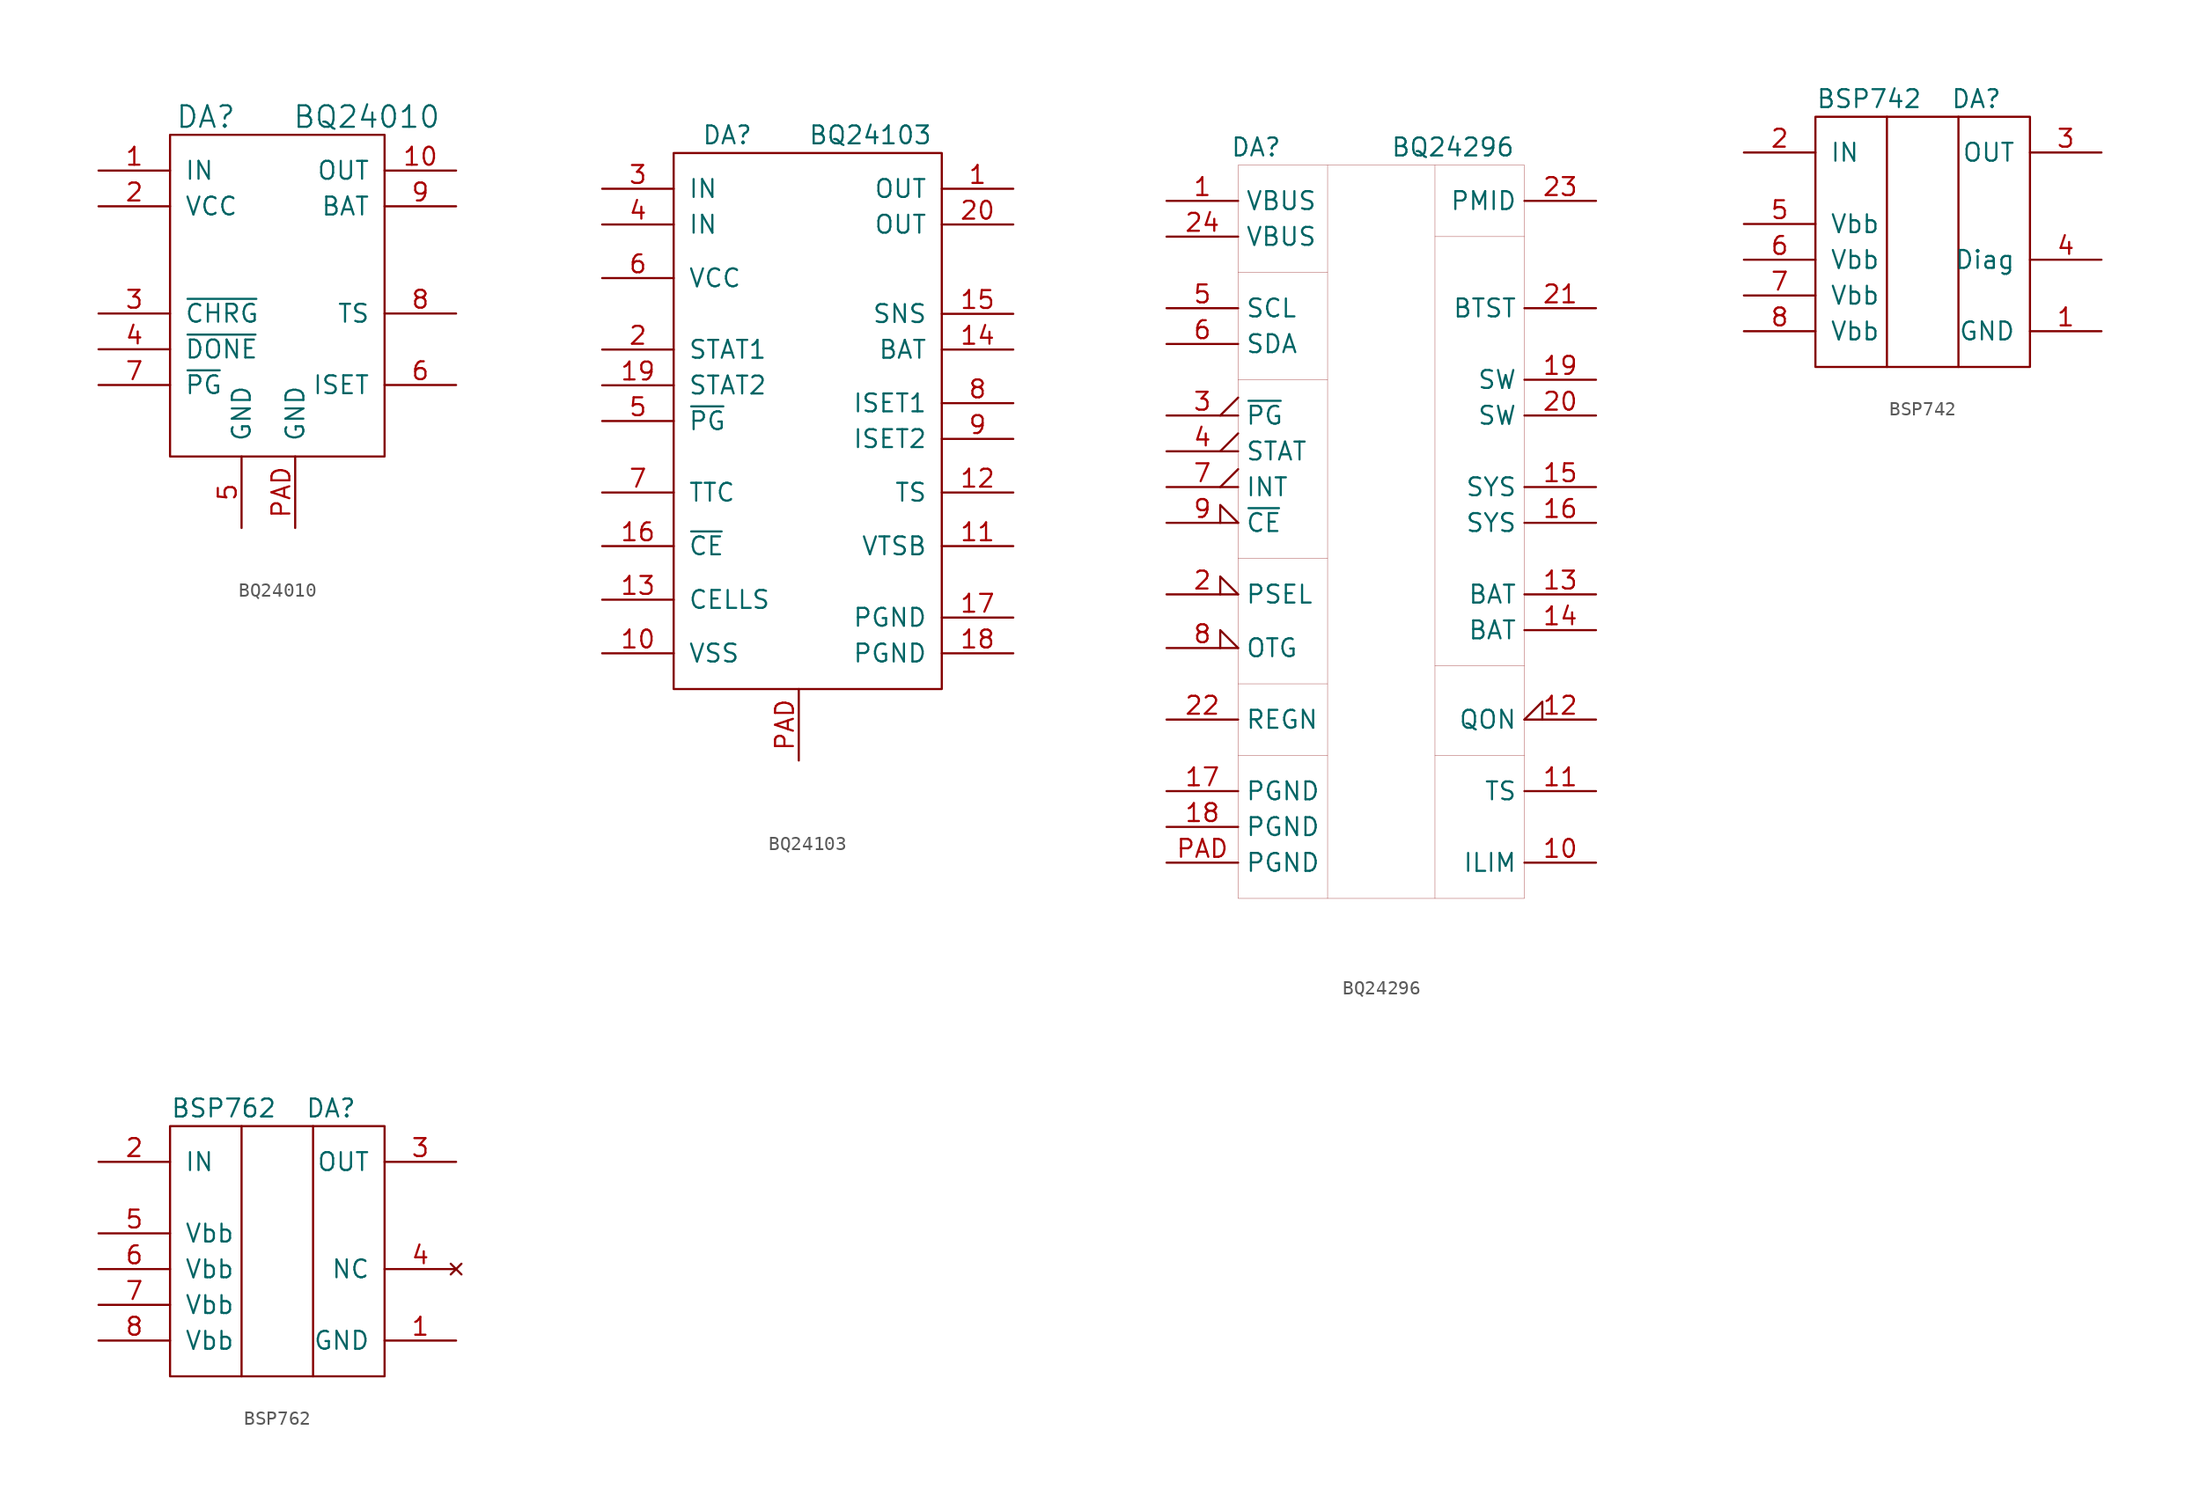
<source format=kicad_sym>
(kicad_symbol_lib
  (version 20231120)
  (generator "kicad_symbol_editor")
  (generator_version "8.0")
  (symbol "BQ24010"
    (pin_names
      (offset 1.016))
    (property "Reference" "DA"
      (at -5.08 11.43 0)
      (effects (font (size 1.524 1.524))))
    (property "Value" "BQ24010"
      (at 6.35 11.43 0)
      (effects (font (size 1.524 1.524))))
    (property "Footprint" ""
      (at 0 0 0)
      (effects (font (size 1.524 1.524))))
    (property "Datasheet" ""
      (at 0 0 0)
      (effects (font (size 1.524 1.524))))
    (symbol "BQ24010_0_1"
      (rectangle (start -7.62 10.16) (end 7.62 -12.7) (stroke (width 0) (type default)) (fill (type none))))
    (symbol "BQ24010_1_1"
      (pin power_in line (at -12.7 7.62 0) (length 5.08) (name "IN" (effects (font (size 1.27 1.27)))) (number "1" (effects (font (size 1.27 1.27)))))
      (pin passive line (at 12.7 7.62 180) (length 5.08) (name "OUT" (effects (font (size 1.27 1.27)))) (number "10" (effects (font (size 1.27 1.27)))))
      (pin power_in line (at -12.7 5.08 0) (length 5.08) (name "VCC" (effects (font (size 1.27 1.27)))) (number "2" (effects (font (size 1.27 1.27)))))
      (pin passive line (at -12.7 -2.54 0) (length 5.08) (name "~{CHRG}" (effects (font (size 1.27 1.27)))) (number "3" (effects (font (size 1.27 1.27)))))
      (pin passive line (at -12.7 -5.08 0) (length 5.08) (name "~{DONE}" (effects (font (size 1.27 1.27)))) (number "4" (effects (font (size 1.27 1.27)))))
      (pin power_in line (at -2.54 -17.78 90) (length 5.08) (name "GND" (effects (font (size 1.27 1.27)))) (number "5" (effects (font (size 1.27 1.27)))))
      (pin passive line (at 12.7 -7.62 180) (length 5.08) (name "ISET" (effects (font (size 1.27 1.27)))) (number "6" (effects (font (size 1.27 1.27)))))
      (pin passive line (at -12.7 -7.62 0) (length 5.08) (name "~{PG}" (effects (font (size 1.27 1.27)))) (number "7" (effects (font (size 1.27 1.27)))))
      (pin passive line (at 12.7 -2.54 180) (length 5.08) (name "TS" (effects (font (size 1.27 1.27)))) (number "8" (effects (font (size 1.27 1.27)))))
      (pin passive line (at 12.7 5.08 180) (length 5.08) (name "BAT" (effects (font (size 1.27 1.27)))) (number "9" (effects (font (size 1.27 1.27)))))
      (pin passive line (at 1.27 -17.78 90) (length 5.08) (name "GND" (effects (font (size 1.27 1.27)))) (number "PAD" (effects (font (size 1.27 1.27)))))))
  (symbol "BQ24103"
    (pin_names
      (offset 1.016))
    (property "Reference" "DA"
      (at -5.08 20.32 0)
      (effects (font (size 1.27 1.27))))
    (property "Value" "BQ24103"
      (at 5.08 20.32 0)
      (effects (font (size 1.27 1.27))))
    (symbol "BQ24103_0_1"
      (rectangle (start -8.89 19.05) (end 10.16 -19.05) (stroke (width 0) (type default)) (fill (type none))))
    (symbol "BQ24103_1_1"
      (pin passive line (at 15.24 16.51 180) (length 5.08) (name "OUT" (effects (font (size 1.27 1.27)))) (number "1" (effects (font (size 1.27 1.27)))))
      (pin power_in line (at -13.97 -16.51 0) (length 5.08) (name "VSS" (effects (font (size 1.27 1.27)))) (number "10" (effects (font (size 1.27 1.27)))))
      (pin passive line (at 15.24 -8.89 180) (length 5.08) (name "VTSB" (effects (font (size 1.27 1.27)))) (number "11" (effects (font (size 1.27 1.27)))))
      (pin passive line (at 15.24 -5.08 180) (length 5.08) (name "TS" (effects (font (size 1.27 1.27)))) (number "12" (effects (font (size 1.27 1.27)))))
      (pin passive line (at -13.97 -12.7 0) (length 5.08) (name "CELLS" (effects (font (size 1.27 1.27)))) (number "13" (effects (font (size 1.27 1.27)))))
      (pin passive line (at 15.24 5.08 180) (length 5.08) (name "BAT" (effects (font (size 1.27 1.27)))) (number "14" (effects (font (size 1.27 1.27)))))
      (pin passive line (at 15.24 7.62 180) (length 5.08) (name "SNS" (effects (font (size 1.27 1.27)))) (number "15" (effects (font (size 1.27 1.27)))))
      (pin passive line (at -13.97 -8.89 0) (length 5.08) (name "~{CE}" (effects (font (size 1.27 1.27)))) (number "16" (effects (font (size 1.27 1.27)))))
      (pin power_in line (at 15.24 -13.97 180) (length 5.08) (name "PGND" (effects (font (size 1.27 1.27)))) (number "17" (effects (font (size 1.27 1.27)))))
      (pin power_in line (at 15.24 -16.51 180) (length 5.08) (name "PGND" (effects (font (size 1.27 1.27)))) (number "18" (effects (font (size 1.27 1.27)))))
      (pin passive line (at -13.97 2.54 0) (length 5.08) (name "STAT2" (effects (font (size 1.27 1.27)))) (number "19" (effects (font (size 1.27 1.27)))))
      (pin passive line (at -13.97 5.08 0) (length 5.08) (name "STAT1" (effects (font (size 1.27 1.27)))) (number "2" (effects (font (size 1.27 1.27)))))
      (pin passive line (at 15.24 13.97 180) (length 5.08) (name "OUT" (effects (font (size 1.27 1.27)))) (number "20" (effects (font (size 1.27 1.27)))))
      (pin power_in line (at -13.97 16.51 0) (length 5.08) (name "IN" (effects (font (size 1.27 1.27)))) (number "3" (effects (font (size 1.27 1.27)))))
      (pin power_in line (at -13.97 13.97 0) (length 5.08) (name "IN" (effects (font (size 1.27 1.27)))) (number "4" (effects (font (size 1.27 1.27)))))
      (pin passive line (at -13.97 0 0) (length 5.08) (name "~{PG}" (effects (font (size 1.27 1.27)))) (number "5" (effects (font (size 1.27 1.27)))))
      (pin power_in line (at -13.97 10.16 0) (length 5.08) (name "VCC" (effects (font (size 1.27 1.27)))) (number "6" (effects (font (size 1.27 1.27)))))
      (pin passive line (at -13.97 -5.08 0) (length 5.08) (name "TTC" (effects (font (size 1.27 1.27)))) (number "7" (effects (font (size 1.27 1.27)))))
      (pin passive line (at 15.24 1.27 180) (length 5.08) (name "ISET1" (effects (font (size 1.27 1.27)))) (number "8" (effects (font (size 1.27 1.27)))))
      (pin passive line (at 15.24 -1.27 180) (length 5.08) (name "ISET2" (effects (font (size 1.27 1.27)))) (number "9" (effects (font (size 1.27 1.27)))))
      (pin passive line (at 0 -24.13 90) (length 5.08) (name "~" (effects (font (size 1.27 1.27)))) (number "PAD" (effects (font (size 1.27 1.27)))))))
  (symbol "BQ24296"
    (property "Reference" "DA"
      (at -8.89 26.67 0)
      (effects (font (size 1.27 1.27))))
    (property "Value" "BQ24296"
      (at 5.08 26.67 0)
      (effects (font (size 1.27 1.27))))
    (property "PN" ""
      (at 0 0 0)
      (effects (font (size 1.27 1.27))))
    (symbol "BQ24296_0_1"
      (rectangle (start -10.16 25.4) (end 10.16 -26.67) (stroke (width 0.001) (type default)) (fill (type none)))
      (polyline (pts (xy -10.16 -16.51) (xy -3.81 -16.51)) (stroke (width 0.001) (type default)) (fill (type none)))
      (polyline (pts (xy -10.16 -11.43) (xy -3.81 -11.43)) (stroke (width 0.001) (type default)) (fill (type none)))
      (polyline (pts (xy -10.16 -2.54) (xy -3.81 -2.54)) (stroke (width 0.001) (type default)) (fill (type none)))
      (polyline (pts (xy -10.16 10.16) (xy -3.81 10.16)) (stroke (width 0.001) (type default)) (fill (type none)))
      (polyline (pts (xy -10.16 17.78) (xy -3.81 17.78)) (stroke (width 0.001) (type default)) (fill (type none)))
      (polyline (pts (xy -3.81 -26.67) (xy -3.81 25.4)) (stroke (width 0.001) (type default)) (fill (type none)))
      (polyline (pts (xy 3.81 -26.67) (xy 3.81 25.4)) (stroke (width 0.001) (type default)) (fill (type none)))
      (polyline (pts (xy 3.81 -16.51) (xy 10.16 -16.51)) (stroke (width 0.001) (type default)) (fill (type none)))
      (polyline (pts (xy 3.81 -10.16) (xy 10.16 -10.16)) (stroke (width 0.001) (type default)) (fill (type none)))
      (polyline (pts (xy 3.81 20.32) (xy 10.16 20.32)) (stroke (width 0.001) (type default)) (fill (type none))))
    (symbol "BQ24296_1_1"
      (pin passive line (at -15.24 22.86 0) (length 5.08) (name "VBUS" (effects (font (size 1.27 1.27)))) (number "1" (effects (font (size 1.27 1.27)))))
      (pin passive line (at 15.24 -24.13 180) (length 5.08) (name "ILIM" (effects (font (size 1.27 1.27)))) (number "10" (effects (font (size 1.27 1.27)))))
      (pin passive line (at 15.24 -19.05 180) (length 5.08) (name "TS" (effects (font (size 1.27 1.27)))) (number "11" (effects (font (size 1.27 1.27)))))
      (pin passive input_low (at 15.24 -13.97 180) (length 5.08) (name "QON" (effects (font (size 1.27 1.27)))) (number "12" (effects (font (size 1.27 1.27)))))
      (pin passive line (at 15.24 -5.08 180) (length 5.08) (name "BAT" (effects (font (size 1.27 1.27)))) (number "13" (effects (font (size 1.27 1.27)))))
      (pin passive line (at 15.24 -7.62 180) (length 5.08) (name "BAT" (effects (font (size 1.27 1.27)))) (number "14" (effects (font (size 1.27 1.27)))))
      (pin passive line (at 15.24 2.54 180) (length 5.08) (name "SYS" (effects (font (size 1.27 1.27)))) (number "15" (effects (font (size 1.27 1.27)))))
      (pin passive line (at 15.24 0 180) (length 5.08) (name "SYS" (effects (font (size 1.27 1.27)))) (number "16" (effects (font (size 1.27 1.27)))))
      (pin passive line (at -15.24 -19.05 0) (length 5.08) (name "PGND" (effects (font (size 1.27 1.27)))) (number "17" (effects (font (size 1.27 1.27)))))
      (pin passive line (at -15.24 -21.59 0) (length 5.08) (name "PGND" (effects (font (size 1.27 1.27)))) (number "18" (effects (font (size 1.27 1.27)))))
      (pin passive line (at 15.24 10.16 180) (length 5.08) (name "SW" (effects (font (size 1.27 1.27)))) (number "19" (effects (font (size 1.27 1.27)))))
      (pin passive input_low (at -15.24 -5.08 0) (length 5.08) (name "PSEL" (effects (font (size 1.27 1.27)))) (number "2" (effects (font (size 1.27 1.27)))))
      (pin passive line (at 15.24 7.62 180) (length 5.08) (name "SW" (effects (font (size 1.27 1.27)))) (number "20" (effects (font (size 1.27 1.27)))))
      (pin passive line (at 15.24 15.24 180) (length 5.08) (name "BTST" (effects (font (size 1.27 1.27)))) (number "21" (effects (font (size 1.27 1.27)))))
      (pin passive line (at -15.24 -13.97 0) (length 5.08) (name "REGN" (effects (font (size 1.27 1.27)))) (number "22" (effects (font (size 1.27 1.27)))))
      (pin passive line (at 15.24 22.86 180) (length 5.08) (name "PMID" (effects (font (size 1.27 1.27)))) (number "23" (effects (font (size 1.27 1.27)))))
      (pin passive line (at -15.24 20.32 0) (length 5.08) (name "VBUS" (effects (font (size 1.27 1.27)))) (number "24" (effects (font (size 1.27 1.27)))))
      (pin passive output_low (at -15.24 7.62 0) (length 5.08) (name "~{PG}" (effects (font (size 1.27 1.27)))) (number "3" (effects (font (size 1.27 1.27)))))
      (pin passive output_low (at -15.24 5.08 0) (length 5.08) (name "STAT" (effects (font (size 1.27 1.27)))) (number "4" (effects (font (size 1.27 1.27)))))
      (pin passive line (at -15.24 15.24 0) (length 5.08) (name "SCL" (effects (font (size 1.27 1.27)))) (number "5" (effects (font (size 1.27 1.27)))))
      (pin passive line (at -15.24 12.7 0) (length 5.08) (name "SDA" (effects (font (size 1.27 1.27)))) (number "6" (effects (font (size 1.27 1.27)))))
      (pin passive output_low (at -15.24 2.54 0) (length 5.08) (name "INT" (effects (font (size 1.27 1.27)))) (number "7" (effects (font (size 1.27 1.27)))))
      (pin passive input_low (at -15.24 -8.89 0) (length 5.08) (name "OTG" (effects (font (size 1.27 1.27)))) (number "8" (effects (font (size 1.27 1.27)))))
      (pin passive input_low (at -15.24 0 0) (length 5.08) (name "~{CE}" (effects (font (size 1.27 1.27)))) (number "9" (effects (font (size 1.27 1.27)))))
      (pin passive line (at -15.24 -24.13 0) (length 5.08) (name "PGND" (effects (font (size 1.27 1.27)))) (number "PAD" (effects (font (size 1.27 1.27)))))))
  (symbol "BSP742"
    (pin_names
      (offset 1.016))
    (property "Reference" "DA"
      (at 3.81 8.89 0)
      (effects (font (size 1.27 1.27))))
    (property "Value" "BSP742"
      (at -3.81 8.89 0)
      (effects (font (size 1.27 1.27))))
    (symbol "BSP742_0_1"
      (rectangle (start -7.62 7.62) (end 7.62 -10.16) (stroke (width 0) (type default)) (fill (type none)))
      (polyline (pts (xy -2.54 7.62) (xy -2.54 -10.16)) (stroke (width 0) (type default)) (fill (type none)))
      (polyline (pts (xy 2.54 -10.16) (xy 2.54 7.62)) (stroke (width 0) (type default)) (fill (type none))))
    (symbol "BSP742_1_1"
      (pin power_in line (at 12.7 -7.62 180) (length 5.08) (name "GND" (effects (font (size 1.27 1.27)))) (number "1" (effects (font (size 1.27 1.27)))))
      (pin passive line (at -12.7 5.08 0) (length 5.08) (name "IN" (effects (font (size 1.27 1.27)))) (number "2" (effects (font (size 1.27 1.27)))))
      (pin passive line (at 12.7 5.08 180) (length 5.08) (name "OUT" (effects (font (size 1.27 1.27)))) (number "3" (effects (font (size 1.27 1.27)))))
      (pin passive line (at 12.7 -2.54 180) (length 5.08) (name "Diag" (effects (font (size 1.27 1.27)))) (number "4" (effects (font (size 1.27 1.27)))))
      (pin power_in line (at -12.7 0 0) (length 5.08) (name "Vbb" (effects (font (size 1.27 1.27)))) (number "5" (effects (font (size 1.27 1.27)))))
      (pin power_in line (at -12.7 -2.54 0) (length 5.08) (name "Vbb" (effects (font (size 1.27 1.27)))) (number "6" (effects (font (size 1.27 1.27)))))
      (pin power_in line (at -12.7 -5.08 0) (length 5.08) (name "Vbb" (effects (font (size 1.27 1.27)))) (number "7" (effects (font (size 1.27 1.27)))))
      (pin power_in line (at -12.7 -7.62 0) (length 5.08) (name "Vbb" (effects (font (size 1.27 1.27)))) (number "8" (effects (font (size 1.27 1.27)))))))
  (symbol "BSP762"
    (pin_names
      (offset 1.016))
    (property "Reference" "DA"
      (at 3.81 8.89 0)
      (effects (font (size 1.27 1.27))))
    (property "Value" "BSP762"
      (at -3.81 8.89 0)
      (effects (font (size 1.27 1.27))))
    (symbol "BSP762_0_1"
      (rectangle (start -7.62 7.62) (end 7.62 -10.16) (stroke (width 0) (type default)) (fill (type none)))
      (polyline (pts (xy -2.54 7.62) (xy -2.54 -10.16)) (stroke (width 0) (type default)) (fill (type none)))
      (polyline (pts (xy 2.54 -10.16) (xy 2.54 7.62)) (stroke (width 0) (type default)) (fill (type none))))
    (symbol "BSP762_1_1"
      (pin power_in line (at 12.7 -7.62 180) (length 5.08) (name "GND" (effects (font (size 1.27 1.27)))) (number "1" (effects (font (size 1.27 1.27)))))
      (pin passive line (at -12.7 5.08 0) (length 5.08) (name "IN" (effects (font (size 1.27 1.27)))) (number "2" (effects (font (size 1.27 1.27)))))
      (pin passive line (at 12.7 5.08 180) (length 5.08) (name "OUT" (effects (font (size 1.27 1.27)))) (number "3" (effects (font (size 1.27 1.27)))))
      (pin no_connect line (at 12.7 -2.54 180) (length 5.08) (name "NC" (effects (font (size 1.27 1.27)))) (number "4" (effects (font (size 1.27 1.27)))))
      (pin power_in line (at -12.7 0 0) (length 5.08) (name "Vbb" (effects (font (size 1.27 1.27)))) (number "5" (effects (font (size 1.27 1.27)))))
      (pin power_in line (at -12.7 -2.54 0) (length 5.08) (name "Vbb" (effects (font (size 1.27 1.27)))) (number "6" (effects (font (size 1.27 1.27)))))
      (pin power_in line (at -12.7 -5.08 0) (length 5.08) (name "Vbb" (effects (font (size 1.27 1.27)))) (number "7" (effects (font (size 1.27 1.27)))))
      (pin power_in line (at -12.7 -7.62 0) (length 5.08) (name "Vbb" (effects (font (size 1.27 1.27)))) (number "8" (effects (font (size 1.27 1.27))))))))
</source>
